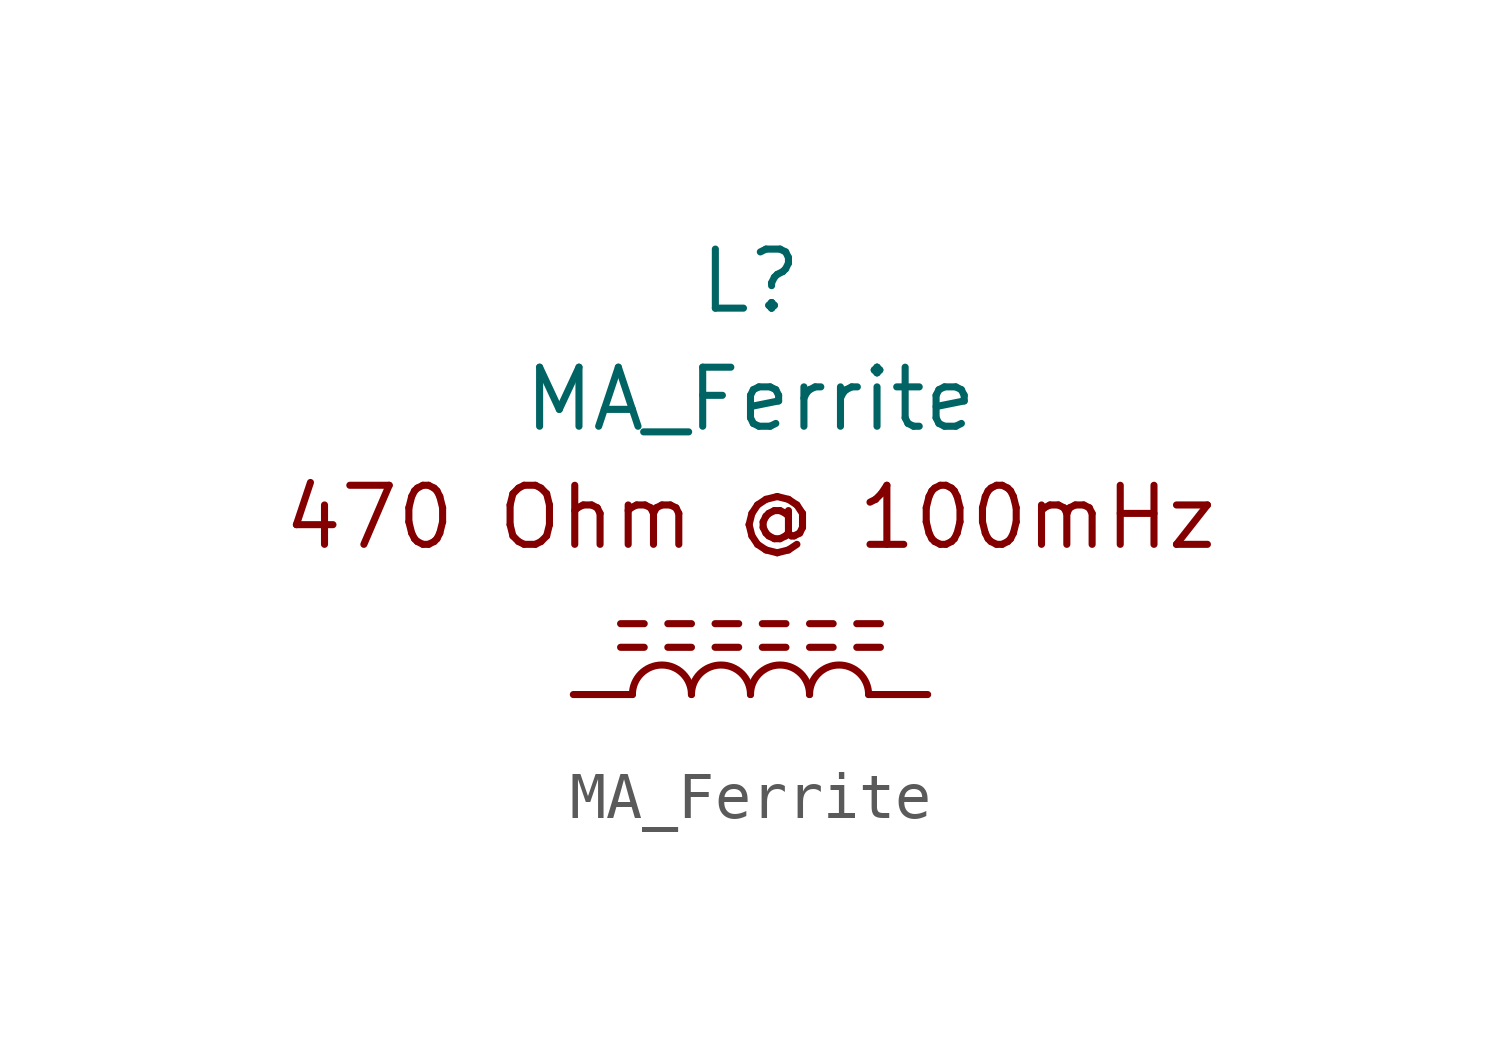
<source format=kicad_sym>
(kicad_symbol_lib
  (version 20211014)
  (generator kicad_symbol_editor)
  (symbol "MA_Ferrite"
    (pin_numbers hide)
    (pin_names
      (offset 1.016) hide)
    (property "Reference" "L"
      (at 0 8.89 0)
      (effects (font (size 1.27 1.27))))
    (property "Value" "MA_Ferrite"
      (at 0 6.35 0)
      (effects (font (size 1.27 1.27))))
    (symbol "MA_Ferrite_0_0"
      (text "470 Ohm @ 100mHz" (at 0 3.81 0) (effects (font (size 1.27 1.27)))))
    (symbol "MA_Ferrite_0_1"
      (arc (start -1.27 0) (mid -1.905 0.635) (end -2.54 0) (stroke (width 0) (type default) (color 0 0 0 0)) (fill (type none)))
      (arc (start 0 0) (mid -0.635 0.635) (end -1.27 0) (stroke (width 0) (type default) (color 0 0 0 0)) (fill (type none)))
      (polyline (pts (xy -2.794 1.524) (xy -2.286 1.524)) (stroke (width 0) (type default) (color 0 0 0 0)) (fill (type none)))
      (polyline (pts (xy -2.286 1.016) (xy -2.794 1.016)) (stroke (width 0) (type default) (color 0 0 0 0)) (fill (type none)))
      (polyline (pts (xy -1.778 1.524) (xy -1.27 1.524)) (stroke (width 0) (type default) (color 0 0 0 0)) (fill (type none)))
      (polyline (pts (xy -1.27 1.016) (xy -1.778 1.016)) (stroke (width 0) (type default) (color 0 0 0 0)) (fill (type none)))
      (polyline (pts (xy -0.762 1.524) (xy -0.254 1.524)) (stroke (width 0) (type default) (color 0 0 0 0)) (fill (type none)))
      (polyline (pts (xy -0.254 1.016) (xy -0.762 1.016)) (stroke (width 0) (type default) (color 0 0 0 0)) (fill (type none)))
      (polyline (pts (xy 0.254 1.524) (xy 0.762 1.524)) (stroke (width 0) (type default) (color 0 0 0 0)) (fill (type none)))
      (polyline (pts (xy 0.762 1.016) (xy 0.254 1.016)) (stroke (width 0) (type default) (color 0 0 0 0)) (fill (type none)))
      (polyline (pts (xy 1.27 1.524) (xy 1.778 1.524)) (stroke (width 0) (type default) (color 0 0 0 0)) (fill (type none)))
      (polyline (pts (xy 1.778 1.016) (xy 1.27 1.016)) (stroke (width 0) (type default) (color 0 0 0 0)) (fill (type none)))
      (polyline (pts (xy 2.286 1.524) (xy 2.794 1.524)) (stroke (width 0) (type default) (color 0 0 0 0)) (fill (type none)))
      (polyline (pts (xy 2.794 1.016) (xy 2.286 1.016)) (stroke (width 0) (type default) (color 0 0 0 0)) (fill (type none)))
      (arc (start 1.27 0) (mid 0.635 0.635) (end 0 0) (stroke (width 0) (type default) (color 0 0 0 0)) (fill (type none)))
      (arc (start 2.54 0) (mid 1.905 0.635) (end 1.27 0) (stroke (width 0) (type default) (color 0 0 0 0)) (fill (type none))))
    (symbol "MA_Ferrite_1_1"
      (pin passive line (at -3.81 0 0) (length 1.27) (name "1" (effects (font (size 1.27 1.27)))) (number "1" (effects (font (size 1.27 1.27)))))
      (pin passive line (at 3.81 0 180) (length 1.27) (name "2" (effects (font (size 1.27 1.27)))) (number "2" (effects (font (size 1.27 1.27))))))))
</source>
